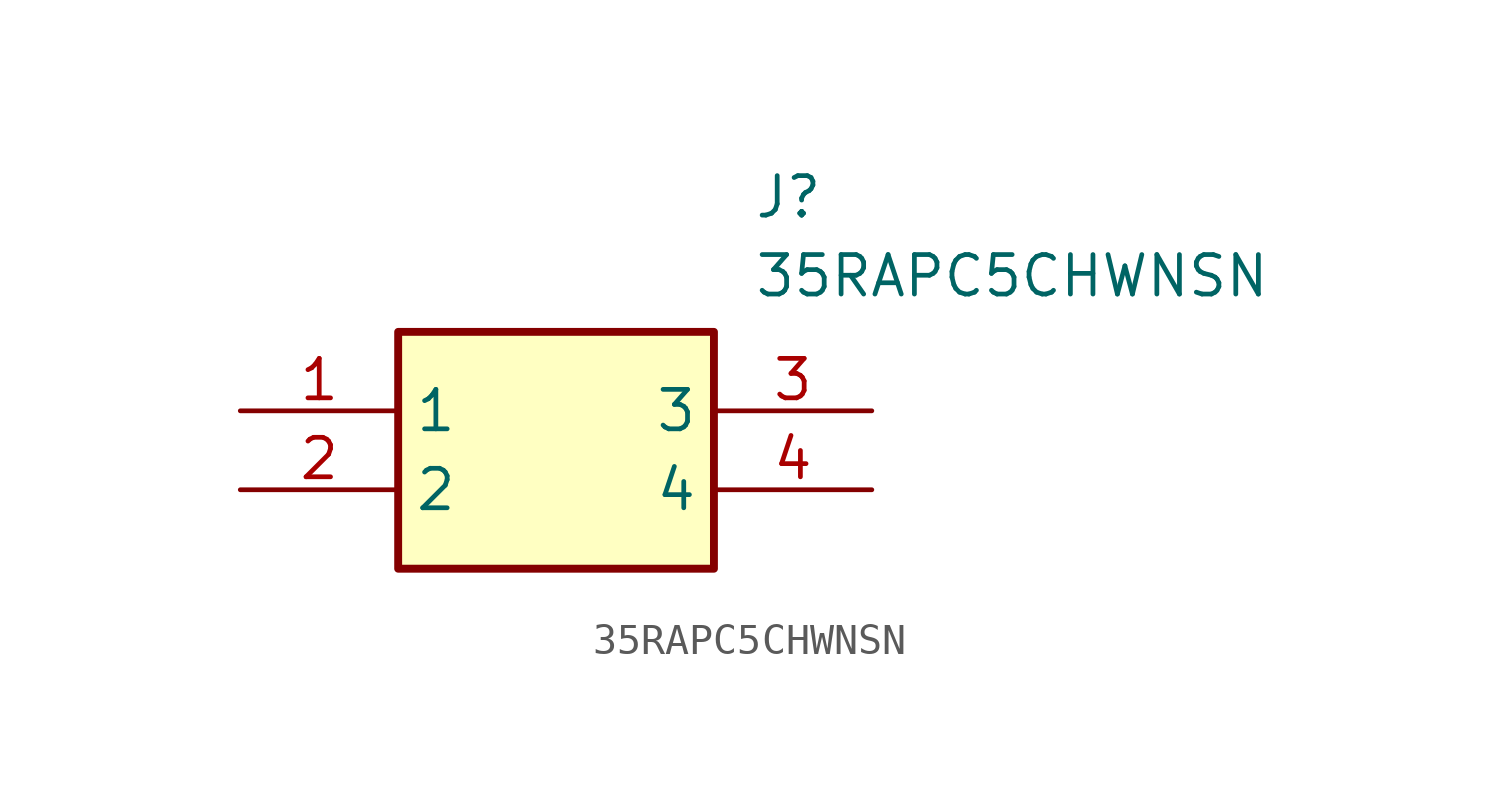
<source format=kicad_sym>
(kicad_symbol_lib
  (version 20211014)
  (generator SamacSys_ECAD_Model)
  (symbol "35RAPC5CHWNSN"
    (property "Reference" "J"
      (at 16.51 7.62 0)
      (effects (font (size 1.27 1.27)) (justify left top)))
    (property "Value" "35RAPC5CHWNSN"
      (at 16.51 5.08 0)
      (effects (font (size 1.27 1.27)) (justify left top)))
    (rectangle
      (start 5.08 2.54)
      (end 15.24 -5.08)
      (stroke (width 0.254) (type default))
      (fill (type background)))
    (pin passive line
      (at 0 0 0)
      (length 5.08)
      (name "1" (effects (font (size 1.27 1.27))))
      (number "1" (effects (font (size 1.27 1.27)))))
    (pin passive line
      (at 0 -2.54 0)
      (length 5.08)
      (name "2" (effects (font (size 1.27 1.27))))
      (number "2" (effects (font (size 1.27 1.27)))))
    (pin passive line
      (at 20.32 0 180)
      (length 5.08)
      (name "3" (effects (font (size 1.27 1.27))))
      (number "3" (effects (font (size 1.27 1.27)))))
    (pin passive line
      (at 20.32 -2.54 180)
      (length 5.08)
      (name "4" (effects (font (size 1.27 1.27))))
      (number "4" (effects (font (size 1.27 1.27)))))))
</source>
